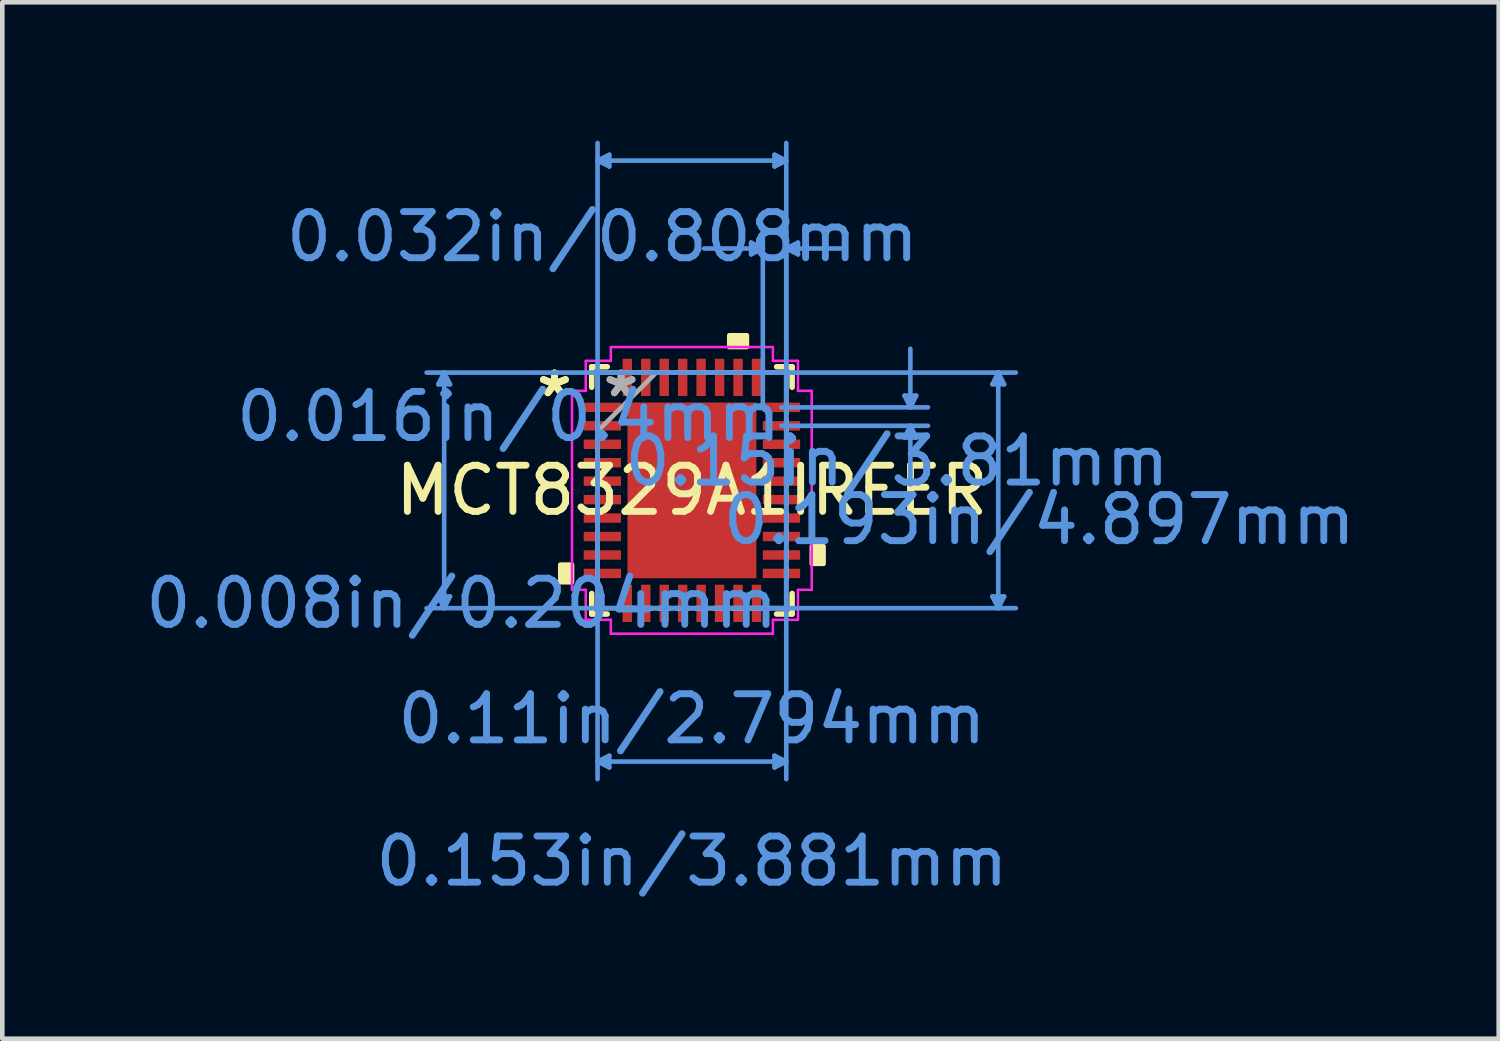
<source format=kicad_pcb>
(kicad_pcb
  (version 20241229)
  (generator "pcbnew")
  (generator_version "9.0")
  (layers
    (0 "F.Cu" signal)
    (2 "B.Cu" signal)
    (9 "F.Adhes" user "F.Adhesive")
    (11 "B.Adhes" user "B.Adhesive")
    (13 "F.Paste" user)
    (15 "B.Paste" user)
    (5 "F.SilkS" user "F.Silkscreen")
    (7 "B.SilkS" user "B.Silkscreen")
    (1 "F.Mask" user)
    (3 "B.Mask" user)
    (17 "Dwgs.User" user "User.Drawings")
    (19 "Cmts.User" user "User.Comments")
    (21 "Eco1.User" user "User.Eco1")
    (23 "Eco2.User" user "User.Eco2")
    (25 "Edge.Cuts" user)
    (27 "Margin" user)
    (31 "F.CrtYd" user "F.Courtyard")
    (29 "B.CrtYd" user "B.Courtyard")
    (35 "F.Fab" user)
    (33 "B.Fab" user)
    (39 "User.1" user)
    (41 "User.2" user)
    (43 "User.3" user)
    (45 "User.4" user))
  (footprint "MCT8329A1IREER"
    (layer "F.Cu")
    (at 11.947 7.579)
    (property "Reference" "MCT8329A1IREER" (at 0 0 0) (layer "F.SilkS") (effects (font (size 1 1) (thickness 0.15))))
    (attr smd)
    (fp_line (start -2.172 -2.68) (end -2.172 -2.235) (stroke (width 0.12) (type solid)) (layer "F.SilkS"))
    (fp_line (start -2.172 2.235) (end -2.172 2.68) (stroke (width 0.12) (type solid)) (layer "F.SilkS"))
    (fp_line (start -2.172 2.68) (end -1.835 2.68) (stroke (width 0.12) (type solid)) (layer "F.SilkS"))
    (fp_line (start -1.835 -2.68) (end -2.172 -2.68) (stroke (width 0.12) (type solid)) (layer "F.SilkS"))
    (fp_line (start 1.835 2.68) (end 2.172 2.68) (stroke (width 0.12) (type solid)) (layer "F.SilkS"))
    (fp_line (start 2.172 -2.68) (end 1.835 -2.68) (stroke (width 0.12) (type solid)) (layer "F.SilkS"))
    (fp_line (start 2.172 -2.235) (end 2.172 -2.68) (stroke (width 0.12) (type solid)) (layer "F.SilkS"))
    (fp_line (start 2.172 2.68) (end 2.172 2.235) (stroke (width 0.12) (type solid)) (layer "F.SilkS"))
    (fp_poly (pts (xy -2.853 1.609) (xy -2.853 1.99) (xy -2.599 1.99) (xy -2.599 1.609)) (stroke (width 0.1) (type solid)) (fill yes) (layer "F.SilkS"))
    (fp_poly (pts (xy 0.81 -3.107) (xy 0.81 -3.361) (xy 1.191 -3.361) (xy 1.191 -3.107)) (stroke (width 0.1) (type solid)) (fill yes) (layer "F.SilkS"))
    (fp_poly (pts (xy 2.853 1.21) (xy 2.853 1.591) (xy 2.599 1.591) (xy 2.599 1.21)) (stroke (width 0.1) (type solid)) (fill yes) (layer "F.SilkS"))
    (fp_poly (pts (xy -1.297 -1.805) (xy -1.297 -0.735) (xy -0.1 -0.735) (xy -0.1 -1.805)) (stroke (width 0.1) (type solid)) (fill yes) (layer "F.Paste"))
    (fp_poly (pts (xy -1.297 -0.535) (xy -1.297 0.535) (xy -0.1 0.535) (xy -0.1 -0.535)) (stroke (width 0.1) (type solid)) (fill yes) (layer "F.Paste"))
    (fp_poly (pts (xy -1.297 0.735) (xy -1.297 1.805) (xy -0.1 1.805) (xy -0.1 0.735)) (stroke (width 0.1) (type solid)) (fill yes) (layer "F.Paste"))
    (fp_poly (pts (xy 0.1 -1.805) (xy 0.1 -0.735) (xy 1.297 -0.735) (xy 1.297 -1.805)) (stroke (width 0.1) (type solid)) (fill yes) (layer "F.Paste"))
    (fp_poly (pts (xy 0.1 -0.535) (xy 0.1 0.535) (xy 1.297 0.535) (xy 1.297 -0.535)) (stroke (width 0.1) (type solid)) (fill yes) (layer "F.Paste"))
    (fp_poly (pts (xy 0.1 0.735) (xy 0.1 1.805) (xy 1.297 1.805) (xy 1.297 0.735)) (stroke (width 0.1) (type solid)) (fill yes) (layer "F.Paste"))
    (fp_line (start -5.497 -2.299) (end -5.243 -2.299) (stroke (width 0.1) (type solid)) (layer "Cmts.User"))
    (fp_line (start -5.497 2.299) (end -5.243 2.299) (stroke (width 0.1) (type solid)) (layer "Cmts.User"))
    (fp_line (start -5.37 -2.553) (end -5.497 -2.299) (stroke (width 0.1) (type solid)) (layer "Cmts.User"))
    (fp_line (start -5.37 -2.553) (end -5.37 2.553) (stroke (width 0.1) (type solid)) (layer "Cmts.User"))
    (fp_line (start -5.37 -2.553) (end -5.243 -2.299) (stroke (width 0.1) (type solid)) (layer "Cmts.User"))
    (fp_line (start -5.37 2.553) (end -5.497 2.299) (stroke (width 0.1) (type solid)) (layer "Cmts.User"))
    (fp_line (start -5.37 2.553) (end -5.243 2.299) (stroke (width 0.1) (type solid)) (layer "Cmts.User"))
    (fp_line (start -2.045 -7.148) (end -1.791 -7.275) (stroke (width 0.1) (type solid)) (layer "Cmts.User"))
    (fp_line (start -2.045 -7.148) (end -1.791 -7.021) (stroke (width 0.1) (type solid)) (layer "Cmts.User"))
    (fp_line (start -2.045 -7.148) (end 2.045 -7.148) (stroke (width 0.1) (type solid)) (layer "Cmts.User"))
    (fp_line (start -2.045 -2.553) (end -2.045 6.259) (stroke (width 0.1) (type solid)) (layer "Cmts.User"))
    (fp_line (start -2.045 -1.8) (end -2.045 -7.529) (stroke (width 0.1) (type solid)) (layer "Cmts.User"))
    (fp_line (start -2.045 5.878) (end -1.791 5.751) (stroke (width 0.1) (type solid)) (layer "Cmts.User"))
    (fp_line (start -2.045 5.878) (end -1.791 6.005) (stroke (width 0.1) (type solid)) (layer "Cmts.User"))
    (fp_line (start -2.045 5.878) (end 2.045 5.878) (stroke (width 0.1) (type solid)) (layer "Cmts.User"))
    (fp_line (start -1.791 -7.275) (end -1.791 -7.021) (stroke (width 0.1) (type solid)) (layer "Cmts.User"))
    (fp_line (start -1.791 5.751) (end -1.791 6.005) (stroke (width 0.1) (type solid)) (layer "Cmts.User"))
    (fp_line (start 1.283 -5.37) (end 1.283 -5.116) (stroke (width 0.1) (type solid)) (layer "Cmts.User"))
    (fp_line (start 1.4 -2.553) (end 7.021 -2.553) (stroke (width 0.1) (type solid)) (layer "Cmts.User"))
    (fp_line (start 1.4 2.553) (end 7.021 2.553) (stroke (width 0.1) (type solid)) (layer "Cmts.User"))
    (fp_line (start 1.537 -5.243) (end 0.267 -5.243) (stroke (width 0.1) (type solid)) (layer "Cmts.User"))
    (fp_line (start 1.537 -5.243) (end 1.283 -5.37) (stroke (width 0.1) (type solid)) (layer "Cmts.User"))
    (fp_line (start 1.537 -5.243) (end 1.283 -5.116) (stroke (width 0.1) (type solid)) (layer "Cmts.User"))
    (fp_line (start 1.537 -1.8) (end 1.537 -5.624) (stroke (width 0.1) (type solid)) (layer "Cmts.User"))
    (fp_line (start 1.791 -7.275) (end 1.791 -7.021) (stroke (width 0.1) (type solid)) (layer "Cmts.User"))
    (fp_line (start 1.791 5.751) (end 1.791 6.005) (stroke (width 0.1) (type solid)) (layer "Cmts.User"))
    (fp_line (start 1.941 -1.8) (end 5.116 -1.8) (stroke (width 0.1) (type solid)) (layer "Cmts.User"))
    (fp_line (start 1.941 -1.4) (end 5.116 -1.4) (stroke (width 0.1) (type solid)) (layer "Cmts.User"))
    (fp_line (start 2.045 -7.148) (end 1.791 -7.275) (stroke (width 0.1) (type solid)) (layer "Cmts.User"))
    (fp_line (start 2.045 -7.148) (end 1.791 -7.021) (stroke (width 0.1) (type solid)) (layer "Cmts.User"))
    (fp_line (start 2.045 -5.243) (end 2.299 -5.37) (stroke (width 0.1) (type solid)) (layer "Cmts.User"))
    (fp_line (start 2.045 -5.243) (end 2.299 -5.116) (stroke (width 0.1) (type solid)) (layer "Cmts.User"))
    (fp_line (start 2.045 -5.243) (end 3.315 -5.243) (stroke (width 0.1) (type solid)) (layer "Cmts.User"))
    (fp_line (start 2.045 -2.553) (end -5.751 -2.553) (stroke (width 0.1) (type solid)) (layer "Cmts.User"))
    (fp_line (start 2.045 -2.553) (end 2.045 6.259) (stroke (width 0.1) (type solid)) (layer "Cmts.User"))
    (fp_line (start 2.045 -1.8) (end 2.045 -7.529) (stroke (width 0.1) (type solid)) (layer "Cmts.User"))
    (fp_line (start 2.045 -1.8) (end 2.045 -5.624) (stroke (width 0.1) (type solid)) (layer "Cmts.User"))
    (fp_line (start 2.045 2.553) (end -5.751 2.553) (stroke (width 0.1) (type solid)) (layer "Cmts.User"))
    (fp_line (start 2.045 5.878) (end 1.791 5.751) (stroke (width 0.1) (type solid)) (layer "Cmts.User"))
    (fp_line (start 2.045 5.878) (end 1.791 6.005) (stroke (width 0.1) (type solid)) (layer "Cmts.User"))
    (fp_line (start 2.299 -5.37) (end 2.299 -5.116) (stroke (width 0.1) (type solid)) (layer "Cmts.User"))
    (fp_line (start 4.608 -2.054) (end 4.862 -2.054) (stroke (width 0.1) (type solid)) (layer "Cmts.User"))
    (fp_line (start 4.608 -1.146) (end 4.862 -1.146) (stroke (width 0.1) (type solid)) (layer "Cmts.User"))
    (fp_line (start 4.735 -1.8) (end 4.608 -2.054) (stroke (width 0.1) (type solid)) (layer "Cmts.User"))
    (fp_line (start 4.735 -1.8) (end 4.735 -3.07) (stroke (width 0.1) (type solid)) (layer "Cmts.User"))
    (fp_line (start 4.735 -1.8) (end 4.862 -2.054) (stroke (width 0.1) (type solid)) (layer "Cmts.User"))
    (fp_line (start 4.735 -1.4) (end 4.608 -1.146) (stroke (width 0.1) (type solid)) (layer "Cmts.User"))
    (fp_line (start 4.735 -1.4) (end 4.735 -0.13) (stroke (width 0.1) (type solid)) (layer "Cmts.User"))
    (fp_line (start 4.735 -1.4) (end 4.862 -1.146) (stroke (width 0.1) (type solid)) (layer "Cmts.User"))
    (fp_line (start 6.513 -2.299) (end 6.767 -2.299) (stroke (width 0.1) (type solid)) (layer "Cmts.User"))
    (fp_line (start 6.513 2.299) (end 6.767 2.299) (stroke (width 0.1) (type solid)) (layer "Cmts.User"))
    (fp_line (start 6.64 -2.553) (end 6.513 -2.299) (stroke (width 0.1) (type solid)) (layer "Cmts.User"))
    (fp_line (start 6.64 -2.553) (end 6.64 2.553) (stroke (width 0.1) (type solid)) (layer "Cmts.User"))
    (fp_line (start 6.64 -2.553) (end 6.767 -2.299) (stroke (width 0.1) (type solid)) (layer "Cmts.User"))
    (fp_line (start 6.64 2.553) (end 6.513 2.299) (stroke (width 0.1) (type solid)) (layer "Cmts.User"))
    (fp_line (start 6.64 2.553) (end 6.767 2.299) (stroke (width 0.1) (type solid)) (layer "Cmts.User"))
    (fp_line (start -2.599 -2.156) (end -2.299 -2.156) (stroke (width 0.05) (type solid)) (layer "F.CrtYd"))
    (fp_line (start -2.599 -2.156) (end -2.299 -2.156) (stroke (width 0.05) (type solid)) (layer "F.CrtYd"))
    (fp_line (start -2.599 2.156) (end -2.599 -2.156) (stroke (width 0.05) (type solid)) (layer "F.CrtYd"))
    (fp_line (start -2.599 2.156) (end -2.599 -2.156) (stroke (width 0.05) (type solid)) (layer "F.CrtYd"))
    (fp_line (start -2.299 -2.807) (end -1.756 -2.807) (stroke (width 0.05) (type solid)) (layer "F.CrtYd"))
    (fp_line (start -2.299 -2.807) (end -1.756 -2.807) (stroke (width 0.05) (type solid)) (layer "F.CrtYd"))
    (fp_line (start -2.299 -2.156) (end -2.299 -2.807) (stroke (width 0.05) (type solid)) (layer "F.CrtYd"))
    (fp_line (start -2.299 -2.156) (end -2.299 -2.807) (stroke (width 0.05) (type solid)) (layer "F.CrtYd"))
    (fp_line (start -2.299 2.156) (end -2.599 2.156) (stroke (width 0.05) (type solid)) (layer "F.CrtYd"))
    (fp_line (start -2.299 2.156) (end -2.599 2.156) (stroke (width 0.05) (type solid)) (layer "F.CrtYd"))
    (fp_line (start -2.299 2.807) (end -2.299 2.156) (stroke (width 0.05) (type solid)) (layer "F.CrtYd"))
    (fp_line (start -2.299 2.807) (end -2.299 2.156) (stroke (width 0.05) (type solid)) (layer "F.CrtYd"))
    (fp_line (start -1.756 -3.107) (end 1.756 -3.107) (stroke (width 0.05) (type solid)) (layer "F.CrtYd"))
    (fp_line (start -1.756 -3.107) (end 1.756 -3.107) (stroke (width 0.05) (type solid)) (layer "F.CrtYd"))
    (fp_line (start -1.756 -2.807) (end -1.756 -3.107) (stroke (width 0.05) (type solid)) (layer "F.CrtYd"))
    (fp_line (start -1.756 -2.807) (end -1.756 -3.107) (stroke (width 0.05) (type solid)) (layer "F.CrtYd"))
    (fp_line (start -1.756 2.807) (end -2.299 2.807) (stroke (width 0.05) (type solid)) (layer "F.CrtYd"))
    (fp_line (start -1.756 2.807) (end -2.299 2.807) (stroke (width 0.05) (type solid)) (layer "F.CrtYd"))
    (fp_line (start -1.756 3.107) (end -1.756 2.807) (stroke (width 0.05) (type solid)) (layer "F.CrtYd"))
    (fp_line (start -1.756 3.107) (end -1.756 2.807) (stroke (width 0.05) (type solid)) (layer "F.CrtYd"))
    (fp_line (start 1.756 -3.107) (end 1.756 -2.807) (stroke (width 0.05) (type solid)) (layer "F.CrtYd"))
    (fp_line (start 1.756 -3.107) (end 1.756 -2.807) (stroke (width 0.05) (type solid)) (layer "F.CrtYd"))
    (fp_line (start 1.756 -2.807) (end 2.299 -2.807) (stroke (width 0.05) (type solid)) (layer "F.CrtYd"))
    (fp_line (start 1.756 -2.807) (end 2.299 -2.807) (stroke (width 0.05) (type solid)) (layer "F.CrtYd"))
    (fp_line (start 1.756 2.807) (end 1.756 3.107) (stroke (width 0.05) (type solid)) (layer "F.CrtYd"))
    (fp_line (start 1.756 2.807) (end 1.756 3.107) (stroke (width 0.05) (type solid)) (layer "F.CrtYd"))
    (fp_line (start 1.756 3.107) (end -1.756 3.107) (stroke (width 0.05) (type solid)) (layer "F.CrtYd"))
    (fp_line (start 1.756 3.107) (end -1.756 3.107) (stroke (width 0.05) (type solid)) (layer "F.CrtYd"))
    (fp_line (start 2.299 -2.807) (end 2.299 -2.156) (stroke (width 0.05) (type solid)) (layer "F.CrtYd"))
    (fp_line (start 2.299 -2.807) (end 2.299 -2.156) (stroke (width 0.05) (type solid)) (layer "F.CrtYd"))
    (fp_line (start 2.299 -2.156) (end 2.599 -2.156) (stroke (width 0.05) (type solid)) (layer "F.CrtYd"))
    (fp_line (start 2.299 -2.156) (end 2.599 -2.156) (stroke (width 0.05) (type solid)) (layer "F.CrtYd"))
    (fp_line (start 2.299 2.156) (end 2.299 2.807) (stroke (width 0.05) (type solid)) (layer "F.CrtYd"))
    (fp_line (start 2.299 2.156) (end 2.299 2.807) (stroke (width 0.05) (type solid)) (layer "F.CrtYd"))
    (fp_line (start 2.299 2.807) (end 1.756 2.807) (stroke (width 0.05) (type solid)) (layer "F.CrtYd"))
    (fp_line (start 2.299 2.807) (end 1.756 2.807) (stroke (width 0.05) (type solid)) (layer "F.CrtYd"))
    (fp_line (start 2.599 -2.156) (end 2.599 2.156) (stroke (width 0.05) (type solid)) (layer "F.CrtYd"))
    (fp_line (start 2.599 -2.156) (end 2.599 2.156) (stroke (width 0.05) (type solid)) (layer "F.CrtYd"))
    (fp_line (start 2.599 2.156) (end 2.299 2.156) (stroke (width 0.05) (type solid)) (layer "F.CrtYd"))
    (fp_line (start 2.599 2.156) (end 2.299 2.156) (stroke (width 0.05) (type solid)) (layer "F.CrtYd"))
    (fp_line (start -2.045 -2.553) (end -2.045 -2.553) (stroke (width 0.1) (type solid)) (layer "F.Fab"))
    (fp_line (start -2.045 -2.553) (end -2.045 2.553) (stroke (width 0.1) (type solid)) (layer "F.Fab"))
    (fp_line (start -2.045 -1.927) (end -2.045 -1.927) (stroke (width 0.1) (type solid)) (layer "F.Fab"))
    (fp_line (start -2.045 -1.927) (end -2.045 -1.673) (stroke (width 0.1) (type solid)) (layer "F.Fab"))
    (fp_line (start -2.045 -1.673) (end -2.045 -1.927) (stroke (width 0.1) (type solid)) (layer "F.Fab"))
    (fp_line (start -2.045 -1.673) (end -2.045 -1.673) (stroke (width 0.1) (type solid)) (layer "F.Fab"))
    (fp_line (start -2.045 -1.527) (end -2.045 -1.527) (stroke (width 0.1) (type solid)) (layer "F.Fab"))
    (fp_line (start -2.045 -1.527) (end -2.045 -1.273) (stroke (width 0.1) (type solid)) (layer "F.Fab"))
    (fp_line (start -2.045 -1.283) (end -0.775 -2.553) (stroke (width 0.1) (type solid)) (layer "F.Fab"))
    (fp_line (start -2.045 -1.273) (end -2.045 -1.527) (stroke (width 0.1) (type solid)) (layer "F.Fab"))
    (fp_line (start -2.045 -1.273) (end -2.045 -1.273) (stroke (width 0.1) (type solid)) (layer "F.Fab"))
    (fp_line (start -2.045 -1.127) (end -2.045 -1.127) (stroke (width 0.1) (type solid)) (layer "F.Fab"))
    (fp_line (start -2.045 -1.127) (end -2.045 -0.873) (stroke (width 0.1) (type solid)) (layer "F.Fab"))
    (fp_line (start -2.045 -0.873) (end -2.045 -1.127) (stroke (width 0.1) (type solid)) (layer "F.Fab"))
    (fp_line (start -2.045 -0.873) (end -2.045 -0.873) (stroke (width 0.1) (type solid)) (layer "F.Fab"))
    (fp_line (start -2.045 -0.727) (end -2.045 -0.727) (stroke (width 0.1) (type solid)) (layer "F.Fab"))
    (fp_line (start -2.045 -0.727) (end -2.045 -0.473) (stroke (width 0.1) (type solid)) (layer "F.Fab"))
    (fp_line (start -2.045 -0.473) (end -2.045 -0.727) (stroke (width 0.1) (type solid)) (layer "F.Fab"))
    (fp_line (start -2.045 -0.473) (end -2.045 -0.473) (stroke (width 0.1) (type solid)) (layer "F.Fab"))
    (fp_line (start -2.045 -0.327) (end -2.045 -0.327) (stroke (width 0.1) (type solid)) (layer "F.Fab"))
    (fp_line (start -2.045 -0.327) (end -2.045 -0.073) (stroke (width 0.1) (type solid)) (layer "F.Fab"))
    (fp_line (start -2.045 -0.073) (end -2.045 -0.327) (stroke (width 0.1) (type solid)) (layer "F.Fab"))
    (fp_line (start -2.045 -0.073) (end -2.045 -0.073) (stroke (width 0.1) (type solid)) (layer "F.Fab"))
    (fp_line (start -2.045 0.073) (end -2.045 0.073) (stroke (width 0.1) (type solid)) (layer "F.Fab"))
    (fp_line (start -2.045 0.073) (end -2.045 0.327) (stroke (width 0.1) (type solid)) (layer "F.Fab"))
    (fp_line (start -2.045 0.327) (end -2.045 0.073) (stroke (width 0.1) (type solid)) (layer "F.Fab"))
    (fp_line (start -2.045 0.327) (end -2.045 0.327) (stroke (width 0.1) (type solid)) (layer "F.Fab"))
    (fp_line (start -2.045 0.473) (end -2.045 0.473) (stroke (width 0.1) (type solid)) (layer "F.Fab"))
    (fp_line (start -2.045 0.473) (end -2.045 0.727) (stroke (width 0.1) (type solid)) (layer "F.Fab"))
    (fp_line (start -2.045 0.727) (end -2.045 0.473) (stroke (width 0.1) (type solid)) (layer "F.Fab"))
    (fp_line (start -2.045 0.727) (end -2.045 0.727) (stroke (width 0.1) (type solid)) (layer "F.Fab"))
    (fp_line (start -2.045 0.873) (end -2.045 0.873) (stroke (width 0.1) (type solid)) (layer "F.Fab"))
    (fp_line (start -2.045 0.873) (end -2.045 1.127) (stroke (width 0.1) (type solid)) (layer "F.Fab"))
    (fp_line (start -2.045 1.127) (end -2.045 0.873) (stroke (width 0.1) (type solid)) (layer "F.Fab"))
    (fp_line (start -2.045 1.127) (end -2.045 1.127) (stroke (width 0.1) (type solid)) (layer "F.Fab"))
    (fp_line (start -2.045 1.273) (end -2.045 1.273) (stroke (width 0.1) (type solid)) (layer "F.Fab"))
    (fp_line (start -2.045 1.273) (end -2.045 1.527) (stroke (width 0.1) (type solid)) (layer "F.Fab"))
    (fp_line (start -2.045 1.527) (end -2.045 1.273) (stroke (width 0.1) (type solid)) (layer "F.Fab"))
    (fp_line (start -2.045 1.527) (end -2.045 1.527) (stroke (width 0.1) (type solid)) (layer "F.Fab"))
    (fp_line (start -2.045 1.673) (end -2.045 1.673) (stroke (width 0.1) (type solid)) (layer "F.Fab"))
    (fp_line (start -2.045 1.673) (end -2.045 1.927) (stroke (width 0.1) (type solid)) (layer "F.Fab"))
    (fp_line (start -2.045 1.927) (end -2.045 1.673) (stroke (width 0.1) (type solid)) (layer "F.Fab"))
    (fp_line (start -2.045 1.927) (end -2.045 1.927) (stroke (width 0.1) (type solid)) (layer "F.Fab"))
    (fp_line (start -2.045 2.553) (end -2.045 2.553) (stroke (width 0.1) (type solid)) (layer "F.Fab"))
    (fp_line (start -2.045 2.553) (end 2.045 2.553) (stroke (width 0.1) (type solid)) (layer "F.Fab"))
    (fp_line (start -1.527 -2.553) (end -1.527 -2.553) (stroke (width 0.1) (type solid)) (layer "F.Fab"))
    (fp_line (start -1.527 -2.553) (end -1.273 -2.553) (stroke (width 0.1) (type solid)) (layer "F.Fab"))
    (fp_line (start -1.527 2.553) (end -1.527 2.553) (stroke (width 0.1) (type solid)) (layer "F.Fab"))
    (fp_line (start -1.527 2.553) (end -1.273 2.553) (stroke (width 0.1) (type solid)) (layer "F.Fab"))
    (fp_line (start -1.273 -2.553) (end -1.527 -2.553) (stroke (width 0.1) (type solid)) (layer "F.Fab"))
    (fp_line (start -1.273 -2.553) (end -1.273 -2.553) (stroke (width 0.1) (type solid)) (layer "F.Fab"))
    (fp_line (start -1.273 2.553) (end -1.527 2.553) (stroke (width 0.1) (type solid)) (layer "F.Fab"))
    (fp_line (start -1.273 2.553) (end -1.273 2.553) (stroke (width 0.1) (type solid)) (layer "F.Fab"))
    (fp_line (start -1.127 -2.553) (end -1.127 -2.553) (stroke (width 0.1) (type solid)) (layer "F.Fab"))
    (fp_line (start -1.127 -2.553) (end -0.873 -2.553) (stroke (width 0.1) (type solid)) (layer "F.Fab"))
    (fp_line (start -1.127 2.553) (end -1.127 2.553) (stroke (width 0.1) (type solid)) (layer "F.Fab"))
    (fp_line (start -1.127 2.553) (end -0.873 2.553) (stroke (width 0.1) (type solid)) (layer "F.Fab"))
    (fp_line (start -0.873 -2.553) (end -1.127 -2.553) (stroke (width 0.1) (type solid)) (layer "F.Fab"))
    (fp_line (start -0.873 -2.553) (end -0.873 -2.553) (stroke (width 0.1) (type solid)) (layer "F.Fab"))
    (fp_line (start -0.873 2.553) (end -1.127 2.553) (stroke (width 0.1) (type solid)) (layer "F.Fab"))
    (fp_line (start -0.873 2.553) (end -0.873 2.553) (stroke (width 0.1) (type solid)) (layer "F.Fab"))
    (fp_line (start -0.727 -2.553) (end -0.727 -2.553) (stroke (width 0.1) (type solid)) (layer "F.Fab"))
    (fp_line (start -0.727 -2.553) (end -0.473 -2.553) (stroke (width 0.1) (type solid)) (layer "F.Fab"))
    (fp_line (start -0.727 2.553) (end -0.727 2.553) (stroke (width 0.1) (type solid)) (layer "F.Fab"))
    (fp_line (start -0.727 2.553) (end -0.473 2.553) (stroke (width 0.1) (type solid)) (layer "F.Fab"))
    (fp_line (start -0.473 -2.553) (end -0.727 -2.553) (stroke (width 0.1) (type solid)) (layer "F.Fab"))
    (fp_line (start -0.473 -2.553) (end -0.473 -2.553) (stroke (width 0.1) (type solid)) (layer "F.Fab"))
    (fp_line (start -0.473 2.553) (end -0.727 2.553) (stroke (width 0.1) (type solid)) (layer "F.Fab"))
    (fp_line (start -0.473 2.553) (end -0.473 2.553) (stroke (width 0.1) (type solid)) (layer "F.Fab"))
    (fp_line (start -0.327 -2.553) (end -0.327 -2.553) (stroke (width 0.1) (type solid)) (layer "F.Fab"))
    (fp_line (start -0.327 -2.553) (end -0.073 -2.553) (stroke (width 0.1) (type solid)) (layer "F.Fab"))
    (fp_line (start -0.327 2.553) (end -0.327 2.553) (stroke (width 0.1) (type solid)) (layer "F.Fab"))
    (fp_line (start -0.327 2.553) (end -0.073 2.553) (stroke (width 0.1) (type solid)) (layer "F.Fab"))
    (fp_line (start -0.073 -2.553) (end -0.327 -2.553) (stroke (width 0.1) (type solid)) (layer "F.Fab"))
    (fp_line (start -0.073 -2.553) (end -0.073 -2.553) (stroke (width 0.1) (type solid)) (layer "F.Fab"))
    (fp_line (start -0.073 2.553) (end -0.327 2.553) (stroke (width 0.1) (type solid)) (layer "F.Fab"))
    (fp_line (start -0.073 2.553) (end -0.073 2.553) (stroke (width 0.1) (type solid)) (layer "F.Fab"))
    (fp_line (start 0.073 -2.553) (end 0.073 -2.553) (stroke (width 0.1) (type solid)) (layer "F.Fab"))
    (fp_line (start 0.073 -2.553) (end 0.327 -2.553) (stroke (width 0.1) (type solid)) (layer "F.Fab"))
    (fp_line (start 0.073 2.553) (end 0.073 2.553) (stroke (width 0.1) (type solid)) (layer "F.Fab"))
    (fp_line (start 0.073 2.553) (end 0.327 2.553) (stroke (width 0.1) (type solid)) (layer "F.Fab"))
    (fp_line (start 0.327 -2.553) (end 0.073 -2.553) (stroke (width 0.1) (type solid)) (layer "F.Fab"))
    (fp_line (start 0.327 -2.553) (end 0.327 -2.553) (stroke (width 0.1) (type solid)) (layer "F.Fab"))
    (fp_line (start 0.327 2.553) (end 0.073 2.553) (stroke (width 0.1) (type solid)) (layer "F.Fab"))
    (fp_line (start 0.327 2.553) (end 0.327 2.553) (stroke (width 0.1) (type solid)) (layer "F.Fab"))
    (fp_line (start 0.473 -2.553) (end 0.473 -2.553) (stroke (width 0.1) (type solid)) (layer "F.Fab"))
    (fp_line (start 0.473 -2.553) (end 0.727 -2.553) (stroke (width 0.1) (type solid)) (layer "F.Fab"))
    (fp_line (start 0.473 2.553) (end 0.473 2.553) (stroke (width 0.1) (type solid)) (layer "F.Fab"))
    (fp_line (start 0.473 2.553) (end 0.727 2.553) (stroke (width 0.1) (type solid)) (layer "F.Fab"))
    (fp_line (start 0.727 -2.553) (end 0.473 -2.553) (stroke (width 0.1) (type solid)) (layer "F.Fab"))
    (fp_line (start 0.727 -2.553) (end 0.727 -2.553) (stroke (width 0.1) (type solid)) (layer "F.Fab"))
    (fp_line (start 0.727 2.553) (end 0.473 2.553) (stroke (width 0.1) (type solid)) (layer "F.Fab"))
    (fp_line (start 0.727 2.553) (end 0.727 2.553) (stroke (width 0.1) (type solid)) (layer "F.Fab"))
    (fp_line (start 0.873 -2.553) (end 0.873 -2.553) (stroke (width 0.1) (type solid)) (layer "F.Fab"))
    (fp_line (start 0.873 -2.553) (end 1.127 -2.553) (stroke (width 0.1) (type solid)) (layer "F.Fab"))
    (fp_line (start 0.873 2.553) (end 0.873 2.553) (stroke (width 0.1) (type solid)) (layer "F.Fab"))
    (fp_line (start 0.873 2.553) (end 1.127 2.553) (stroke (width 0.1) (type solid)) (layer "F.Fab"))
    (fp_line (start 1.127 -2.553) (end 0.873 -2.553) (stroke (width 0.1) (type solid)) (layer "F.Fab"))
    (fp_line (start 1.127 -2.553) (end 1.127 -2.553) (stroke (width 0.1) (type solid)) (layer "F.Fab"))
    (fp_line (start 1.127 2.553) (end 0.873 2.553) (stroke (width 0.1) (type solid)) (layer "F.Fab"))
    (fp_line (start 1.127 2.553) (end 1.127 2.553) (stroke (width 0.1) (type solid)) (layer "F.Fab"))
    (fp_line (start 1.273 -2.553) (end 1.273 -2.553) (stroke (width 0.1) (type solid)) (layer "F.Fab"))
    (fp_line (start 1.273 -2.553) (end 1.527 -2.553) (stroke (width 0.1) (type solid)) (layer "F.Fab"))
    (fp_line (start 1.273 2.553) (end 1.273 2.553) (stroke (width 0.1) (type solid)) (layer "F.Fab"))
    (fp_line (start 1.273 2.553) (end 1.527 2.553) (stroke (width 0.1) (type solid)) (layer "F.Fab"))
    (fp_line (start 1.527 -2.553) (end 1.273 -2.553) (stroke (width 0.1) (type solid)) (layer "F.Fab"))
    (fp_line (start 1.527 -2.553) (end 1.527 -2.553) (stroke (width 0.1) (type solid)) (layer "F.Fab"))
    (fp_line (start 1.527 2.553) (end 1.273 2.553) (stroke (width 0.1) (type solid)) (layer "F.Fab"))
    (fp_line (start 1.527 2.553) (end 1.527 2.553) (stroke (width 0.1) (type solid)) (layer "F.Fab"))
    (fp_line (start 2.045 -2.553) (end -2.045 -2.553) (stroke (width 0.1) (type solid)) (layer "F.Fab"))
    (fp_line (start 2.045 -2.553) (end 2.045 -2.553) (stroke (width 0.1) (type solid)) (layer "F.Fab"))
    (fp_line (start 2.045 -1.927) (end 2.045 -1.927) (stroke (width 0.1) (type solid)) (layer "F.Fab"))
    (fp_line (start 2.045 -1.927) (end 2.045 -1.673) (stroke (width 0.1) (type solid)) (layer "F.Fab"))
    (fp_line (start 2.045 -1.673) (end 2.045 -1.927) (stroke (width 0.1) (type solid)) (layer "F.Fab"))
    (fp_line (start 2.045 -1.673) (end 2.045 -1.673) (stroke (width 0.1) (type solid)) (layer "F.Fab"))
    (fp_line (start 2.045 -1.527) (end 2.045 -1.527) (stroke (width 0.1) (type solid)) (layer "F.Fab"))
    (fp_line (start 2.045 -1.527) (end 2.045 -1.273) (stroke (width 0.1) (type solid)) (layer "F.Fab"))
    (fp_line (start 2.045 -1.273) (end 2.045 -1.527) (stroke (width 0.1) (type solid)) (layer "F.Fab"))
    (fp_line (start 2.045 -1.273) (end 2.045 -1.273) (stroke (width 0.1) (type solid)) (layer "F.Fab"))
    (fp_line (start 2.045 -1.127) (end 2.045 -1.127) (stroke (width 0.1) (type solid)) (layer "F.Fab"))
    (fp_line (start 2.045 -1.127) (end 2.045 -0.873) (stroke (width 0.1) (type solid)) (layer "F.Fab"))
    (fp_line (start 2.045 -0.873) (end 2.045 -1.127) (stroke (width 0.1) (type solid)) (layer "F.Fab"))
    (fp_line (start 2.045 -0.873) (end 2.045 -0.873) (stroke (width 0.1) (type solid)) (layer "F.Fab"))
    (fp_line (start 2.045 -0.727) (end 2.045 -0.727) (stroke (width 0.1) (type solid)) (layer "F.Fab"))
    (fp_line (start 2.045 -0.727) (end 2.045 -0.473) (stroke (width 0.1) (type solid)) (layer "F.Fab"))
    (fp_line (start 2.045 -0.473) (end 2.045 -0.727) (stroke (width 0.1) (type solid)) (layer "F.Fab"))
    (fp_line (start 2.045 -0.473) (end 2.045 -0.473) (stroke (width 0.1) (type solid)) (layer "F.Fab"))
    (fp_line (start 2.045 -0.327) (end 2.045 -0.327) (stroke (width 0.1) (type solid)) (layer "F.Fab"))
    (fp_line (start 2.045 -0.327) (end 2.045 -0.073) (stroke (width 0.1) (type solid)) (layer "F.Fab"))
    (fp_line (start 2.045 -0.073) (end 2.045 -0.327) (stroke (width 0.1) (type solid)) (layer "F.Fab"))
    (fp_line (start 2.045 -0.073) (end 2.045 -0.073) (stroke (width 0.1) (type solid)) (layer "F.Fab"))
    (fp_line (start 2.045 0.073) (end 2.045 0.073) (stroke (width 0.1) (type solid)) (layer "F.Fab"))
    (fp_line (start 2.045 0.073) (end 2.045 0.327) (stroke (width 0.1) (type solid)) (layer "F.Fab"))
    (fp_line (start 2.045 0.327) (end 2.045 0.073) (stroke (width 0.1) (type solid)) (layer "F.Fab"))
    (fp_line (start 2.045 0.327) (end 2.045 0.327) (stroke (width 0.1) (type solid)) (layer "F.Fab"))
    (fp_line (start 2.045 0.473) (end 2.045 0.473) (stroke (width 0.1) (type solid)) (layer "F.Fab"))
    (fp_line (start 2.045 0.473) (end 2.045 0.727) (stroke (width 0.1) (type solid)) (layer "F.Fab"))
    (fp_line (start 2.045 0.727) (end 2.045 0.473) (stroke (width 0.1) (type solid)) (layer "F.Fab"))
    (fp_line (start 2.045 0.727) (end 2.045 0.727) (stroke (width 0.1) (type solid)) (layer "F.Fab"))
    (fp_line (start 2.045 0.873) (end 2.045 0.873) (stroke (width 0.1) (type solid)) (layer "F.Fab"))
    (fp_line (start 2.045 0.873) (end 2.045 1.127) (stroke (width 0.1) (type solid)) (layer "F.Fab"))
    (fp_line (start 2.045 1.127) (end 2.045 0.873) (stroke (width 0.1) (type solid)) (layer "F.Fab"))
    (fp_line (start 2.045 1.127) (end 2.045 1.127) (stroke (width 0.1) (type solid)) (layer "F.Fab"))
    (fp_line (start 2.045 1.273) (end 2.045 1.273) (stroke (width 0.1) (type solid)) (layer "F.Fab"))
    (fp_line (start 2.045 1.273) (end 2.045 1.527) (stroke (width 0.1) (type solid)) (layer "F.Fab"))
    (fp_line (start 2.045 1.527) (end 2.045 1.273) (stroke (width 0.1) (type solid)) (layer "F.Fab"))
    (fp_line (start 2.045 1.527) (end 2.045 1.527) (stroke (width 0.1) (type solid)) (layer "F.Fab"))
    (fp_line (start 2.045 1.673) (end 2.045 1.673) (stroke (width 0.1) (type solid)) (layer "F.Fab"))
    (fp_line (start 2.045 1.673) (end 2.045 1.927) (stroke (width 0.1) (type solid)) (layer "F.Fab"))
    (fp_line (start 2.045 1.927) (end 2.045 1.673) (stroke (width 0.1) (type solid)) (layer "F.Fab"))
    (fp_line (start 2.045 1.927) (end 2.045 1.927) (stroke (width 0.1) (type solid)) (layer "F.Fab"))
    (fp_line (start 2.045 2.553) (end 2.045 -2.553) (stroke (width 0.1) (type solid)) (layer "F.Fab"))
    (fp_line (start 2.045 2.553) (end 2.045 2.553) (stroke (width 0.1) (type solid)) (layer "F.Fab"))
    (fp_text user "*" (at -2.98 -2 0) (layer "F.SilkS") (effects (font (size 1 1) (thickness 0.15))))
    (fp_text user "*" (at -2.98 -2 0) (layer "F.SilkS") (effects (font (size 1 1) (thickness 0.15))))
    (fp_text user "0.15in/3.81mm" (at 4.445 -0.635 0) (layer "Cmts.User") (effects (font (size 1 1) (thickness 0.15))))
    (fp_text user "Copyright 2021 Accelerated Designs. All rights reserved." (at 0 0 0) (layer "Cmts.User") (effects (font (size 0.127 0.127) (thickness 0.002))))
    (fp_text user "0.032in/0.808mm" (at -1.941 -5.497 0) (layer "Cmts.User") (effects (font (size 1 1) (thickness 0.15))))
    (fp_text user "0.193in/4.897mm" (at 7.529 0.635 0) (layer "Cmts.User") (effects (font (size 1 1) (thickness 0.15))))
    (fp_text user "0.016in/0.4mm" (at -3.973 -1.6 0) (layer "Cmts.User") (effects (font (size 1 1) (thickness 0.15))))
    (fp_text user "0.008in/0.204mm" (at -4.989 2.449 0) (layer "Cmts.User") (effects (font (size 1 1) (thickness 0.15))))
    (fp_text user "0.153in/3.881mm" (at 0 8.037 0) (layer "Cmts.User") (effects (font (size 1 1) (thickness 0.15))))
    (fp_text user "0.11in/2.794mm" (at 0 4.953 0) (layer "Cmts.User") (effects (font (size 1 1) (thickness 0.15))))
    (fp_text user "*" (at -1.537 -2 0) (layer "F.Fab") (effects (font (size 1 1) (thickness 0.15))))
    (fp_text user "*" (at -1.537 -2 0) (layer "F.Fab") (effects (font (size 1 1) (thickness 0.15))))
    (pad "1" smd rect (at -1.941 -1.8 90) (size 0.204 0.808) (layers "F.Cu" "F.Mask" "F.Paste"))
    (pad "2" smd rect (at -1.941 -1.4 90) (size 0.204 0.808) (layers "F.Cu" "F.Mask" "F.Paste"))
    (pad "3" smd rect (at -1.941 -1 90) (size 0.204 0.808) (layers "F.Cu" "F.Mask" "F.Paste"))
    (pad "4" smd rect (at -1.941 -0.6 90) (size 0.204 0.808) (layers "F.Cu" "F.Mask" "F.Paste"))
    (pad "5" smd rect (at -1.941 -0.2 90) (size 0.204 0.808) (layers "F.Cu" "F.Mask" "F.Paste"))
    (pad "6" smd rect (at -1.941 0.2 90) (size 0.204 0.808) (layers "F.Cu" "F.Mask" "F.Paste"))
    (pad "7" smd rect (at -1.941 0.6 90) (size 0.204 0.808) (layers "F.Cu" "F.Mask" "F.Paste"))
    (pad "8" smd rect (at -1.941 1 90) (size 0.204 0.808) (layers "F.Cu" "F.Mask" "F.Paste"))
    (pad "9" smd rect (at -1.941 1.4 90) (size 0.204 0.808) (layers "F.Cu" "F.Mask" "F.Paste"))
    (pad "10" smd rect (at -1.941 1.8 90) (size 0.204 0.808) (layers "F.Cu" "F.Mask" "F.Paste"))
    (pad "11" smd rect (at -1.4 2.449) (size 0.204 0.808) (layers "F.Cu" "F.Mask" "F.Paste"))
    (pad "12" smd rect (at -1 2.449) (size 0.204 0.808) (layers "F.Cu" "F.Mask" "F.Paste"))
    (pad "13" smd rect (at -0.6 2.449) (size 0.204 0.808) (layers "F.Cu" "F.Mask" "F.Paste"))
    (pad "14" smd rect (at -0.2 2.449) (size 0.204 0.808) (layers "F.Cu" "F.Mask" "F.Paste"))
    (pad "15" smd rect (at 0.2 2.449) (size 0.204 0.808) (layers "F.Cu" "F.Mask" "F.Paste"))
    (pad "16" smd rect (at 0.6 2.449) (size 0.204 0.808) (layers "F.Cu" "F.Mask" "F.Paste"))
    (pad "17" smd rect (at 1 2.449) (size 0.204 0.808) (layers "F.Cu" "F.Mask" "F.Paste"))
    (pad "18" smd rect (at 1.4 2.449) (size 0.204 0.808) (layers "F.Cu" "F.Mask" "F.Paste"))
    (pad "19" smd rect (at 1.941 1.8 90) (size 0.204 0.808) (layers "F.Cu" "F.Mask" "F.Paste"))
    (pad "20" smd rect (at 1.941 1.4 90) (size 0.204 0.808) (layers "F.Cu" "F.Mask" "F.Paste"))
    (pad "21" smd rect (at 1.941 1 90) (size 0.204 0.808) (layers "F.Cu" "F.Mask" "F.Paste"))
    (pad "22" smd rect (at 1.941 0.6 90) (size 0.204 0.808) (layers "F.Cu" "F.Mask" "F.Paste"))
    (pad "23" smd rect (at 1.941 0.2 90) (size 0.204 0.808) (layers "F.Cu" "F.Mask" "F.Paste"))
    (pad "24" smd rect (at 1.941 -0.2 90) (size 0.204 0.808) (layers "F.Cu" "F.Mask" "F.Paste"))
    (pad "25" smd rect (at 1.941 -0.6 90) (size 0.204 0.808) (layers "F.Cu" "F.Mask" "F.Paste"))
    (pad "26" smd rect (at 1.941 -1 90) (size 0.204 0.808) (layers "F.Cu" "F.Mask" "F.Paste"))
    (pad "27" smd rect (at 1.941 -1.4 90) (size 0.204 0.808) (layers "F.Cu" "F.Mask" "F.Paste"))
    (pad "28" smd rect (at 1.941 -1.8 90) (size 0.204 0.808) (layers "F.Cu" "F.Mask" "F.Paste"))
    (pad "29" smd rect (at 1.4 -2.449) (size 0.204 0.808) (layers "F.Cu" "F.Mask" "F.Paste"))
    (pad "30" smd rect (at 1 -2.449) (size 0.204 0.808) (layers "F.Cu" "F.Mask" "F.Paste"))
    (pad "31" smd rect (at 0.6 -2.449) (size 0.204 0.808) (layers "F.Cu" "F.Mask" "F.Paste"))
    (pad "32" smd rect (at 0.2 -2.449) (size 0.204 0.808) (layers "F.Cu" "F.Mask" "F.Paste"))
    (pad "33" smd rect (at -0.2 -2.449) (size 0.204 0.808) (layers "F.Cu" "F.Mask" "F.Paste"))
    (pad "34" smd rect (at -0.6 -2.449) (size 0.204 0.808) (layers "F.Cu" "F.Mask" "F.Paste"))
    (pad "35" smd rect (at -1 -2.449) (size 0.204 0.808) (layers "F.Cu" "F.Mask" "F.Paste"))
    (pad "36" smd rect (at -1.4 -2.449) (size 0.204 0.808) (layers "F.Cu" "F.Mask" "F.Paste"))
    (pad "37" smd rect (at 0 0) (size 2.794 3.81) (layers "F.Cu" "F.Mask")))
  (gr_rect
    (start -3 -3)
    (end 29.434 19.464)
    (stroke (width 0.1) (type default))
    (fill no)
    (layer "Edge.Cuts")))
</source>
